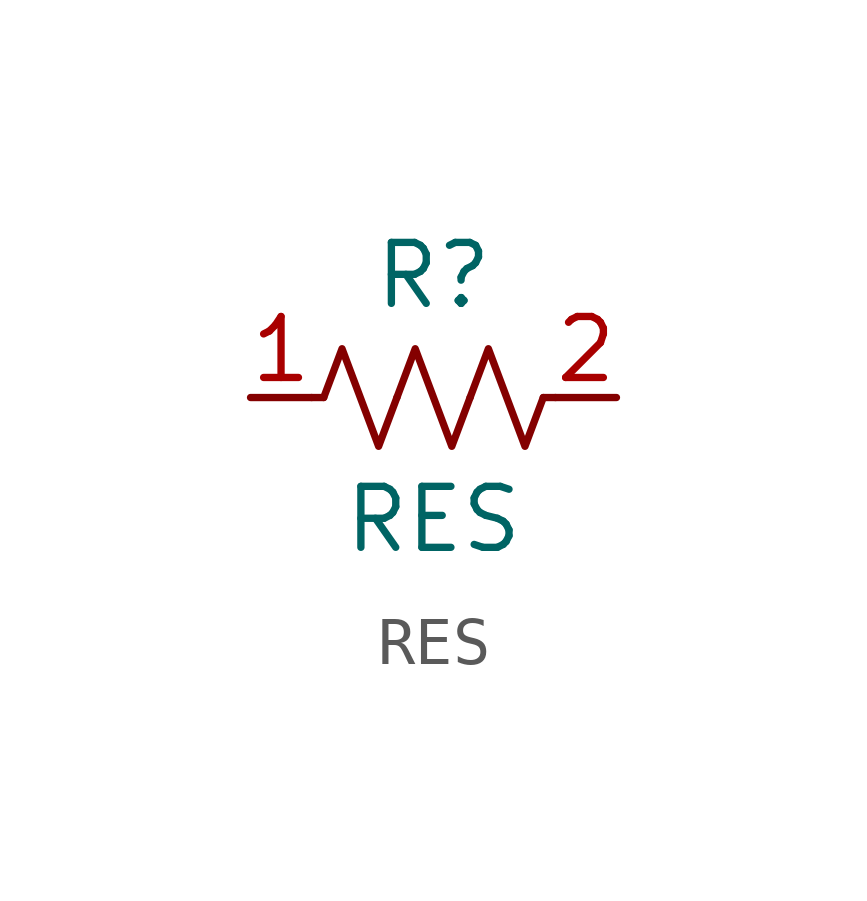
<source format=kicad_sym>
(kicad_symbol_lib
  (version 20211014)
  (generator kicad_symbol_editor)
  (symbol "RES"
    (property "Reference" "R"
      (at 0 2.54 0)
      (effects (font (size 1.27 1.27))))
    (property "Value" "RES"
      (at 0 -2.54 0)
      (effects (font (size 1.27 1.27))))
    (symbol "RES_0_1"
      (polyline (pts (xy -2.286 0) (xy -2.54 0)) (stroke (width 0) (type default) (color 0 0 0 0)) (fill (type none)))
      (polyline (pts (xy 2.286 0) (xy 2.54 0)) (stroke (width 0) (type default) (color 0 0 0 0)) (fill (type none)))
      (polyline (pts (xy -2.286 0) (xy -1.905 1.016) (xy -1.524 0) (xy -1.143 -1.016) (xy -0.762 0)) (stroke (width 0) (type default) (color 0 0 0 0)) (fill (type none)))
      (polyline (pts (xy -0.762 0) (xy -0.381 1.016) (xy 0 0) (xy 0.381 -1.016) (xy 0.762 0)) (stroke (width 0) (type default) (color 0 0 0 0)) (fill (type none)))
      (polyline (pts (xy 0.762 0) (xy 1.143 1.016) (xy 1.524 0) (xy 1.905 -1.016) (xy 2.286 0)) (stroke (width 0) (type default) (color 0 0 0 0)) (fill (type none))))
    (symbol "RES_1_1"
      (pin passive line (at -3.81 0 0) (length 1.27) (name "~" (effects (font (size 1.27 1.27)))) (number "1" (effects (font (size 1.27 1.27)))))
      (pin passive line (at 3.81 0 180) (length 1.27) (name "~" (effects (font (size 1.27 1.27)))) (number "2" (effects (font (size 1.27 1.27))))))))
</source>
